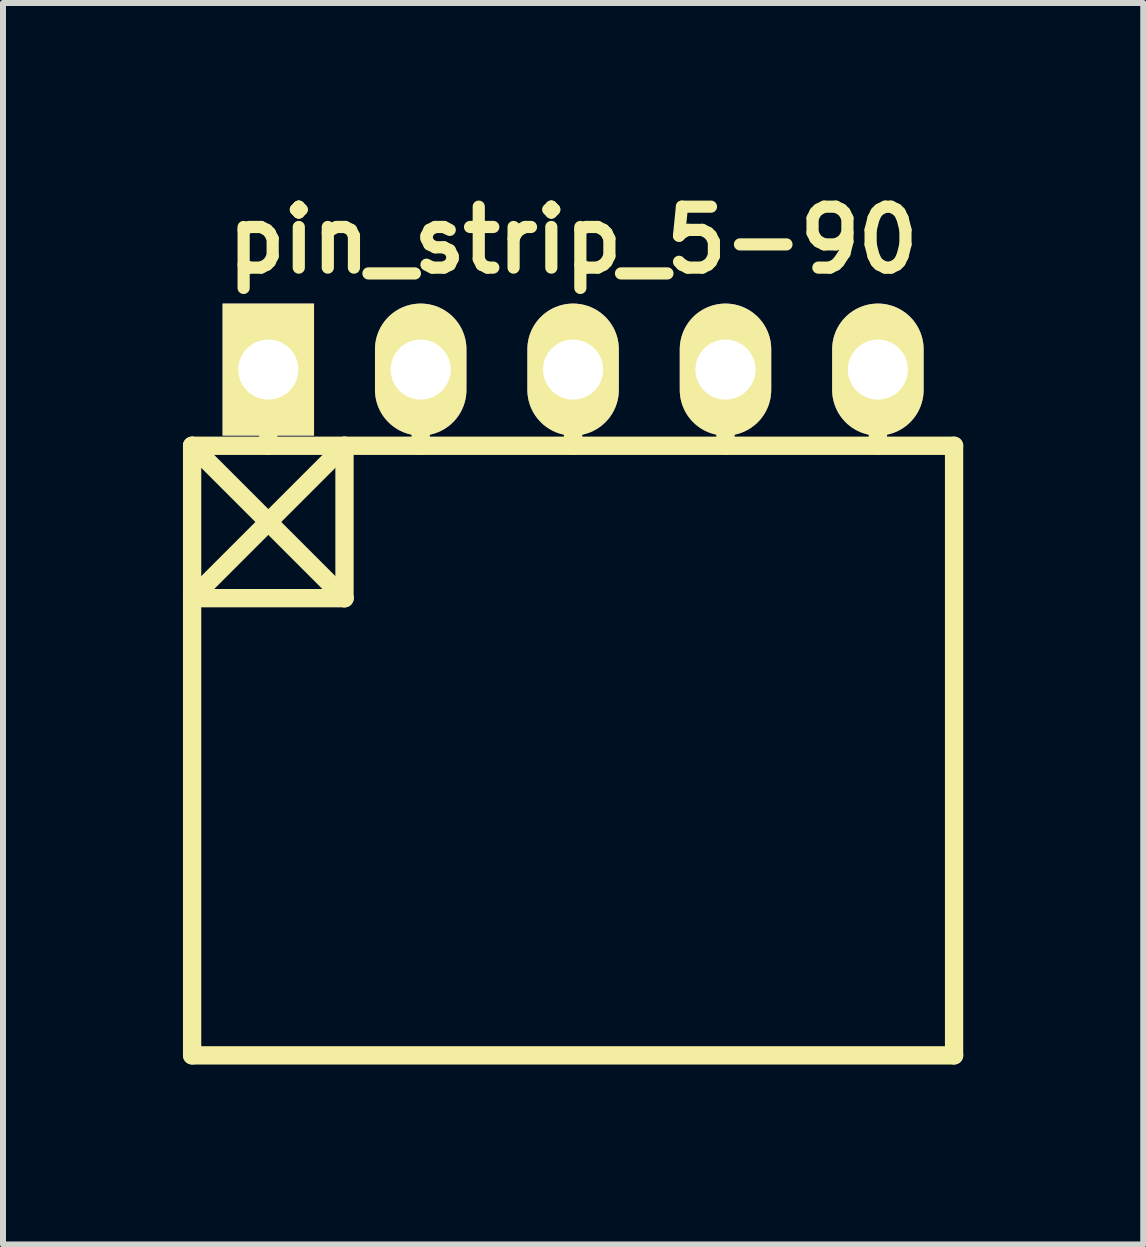
<source format=kicad_pcb>
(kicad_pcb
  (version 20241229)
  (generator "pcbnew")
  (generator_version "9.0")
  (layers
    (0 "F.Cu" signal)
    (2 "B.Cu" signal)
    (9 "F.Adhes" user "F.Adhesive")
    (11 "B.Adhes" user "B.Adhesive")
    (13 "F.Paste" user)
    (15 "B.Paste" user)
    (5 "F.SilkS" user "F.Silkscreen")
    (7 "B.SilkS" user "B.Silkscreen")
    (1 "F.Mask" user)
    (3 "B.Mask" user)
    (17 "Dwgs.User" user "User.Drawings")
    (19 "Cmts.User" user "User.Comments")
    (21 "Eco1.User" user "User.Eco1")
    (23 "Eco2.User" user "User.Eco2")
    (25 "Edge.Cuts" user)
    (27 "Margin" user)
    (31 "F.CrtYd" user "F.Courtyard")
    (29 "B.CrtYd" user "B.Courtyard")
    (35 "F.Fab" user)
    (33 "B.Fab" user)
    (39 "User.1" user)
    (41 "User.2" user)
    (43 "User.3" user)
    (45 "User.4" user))
  (footprint "pin_strip_5-90"
    (layer "F.Cu")
    (at 6.502 3.11)
    (property "Reference" "pin_strip_5-90" (at 0 -2.159 0) (layer "F.SilkS") (effects (font (size 1.016 1.016) (thickness 0.203))))
    (attr through_hole)
    (fp_line (start -6.35 1.27) (end -3.81 3.81) (stroke (width 0.305) (type solid)) (layer "F.SilkS"))
    (fp_line (start -6.35 1.27) (end 6.35 1.27) (stroke (width 0.305) (type solid)) (layer "F.SilkS"))
    (fp_line (start -6.35 3.81) (end -3.81 3.81) (stroke (width 0.305) (type solid)) (layer "F.SilkS"))
    (fp_line (start -6.35 11.43) (end -6.35 1.27) (stroke (width 0.305) (type solid)) (layer "F.SilkS"))
    (fp_line (start -5.08 0) (end -5.08 1.27) (stroke (width 0.305) (type solid)) (layer "F.SilkS"))
    (fp_line (start -3.81 1.27) (end -6.35 3.81) (stroke (width 0.305) (type solid)) (layer "F.SilkS"))
    (fp_line (start -3.81 1.27) (end -3.81 3.81) (stroke (width 0.305) (type solid)) (layer "F.SilkS"))
    (fp_line (start -2.54 0) (end -2.54 1.27) (stroke (width 0.305) (type solid)) (layer "F.SilkS"))
    (fp_line (start 0 1.27) (end 0 0) (stroke (width 0.305) (type solid)) (layer "F.SilkS"))
    (fp_line (start 2.54 0) (end 2.54 1.27) (stroke (width 0.305) (type solid)) (layer "F.SilkS"))
    (fp_line (start 5.08 0) (end 5.08 1.27) (stroke (width 0.305) (type solid)) (layer "F.SilkS"))
    (fp_line (start 6.35 1.27) (end 6.35 11.43) (stroke (width 0.305) (type solid)) (layer "F.SilkS"))
    (fp_line (start 6.35 11.43) (end -6.35 11.43) (stroke (width 0.305) (type solid)) (layer "F.SilkS"))
    (pad "1" thru_hole rect (at -5.08 0) (size 1.524 2.2) (drill 1.001) (layers "*.Cu" "*.Mask" "F.SilkS"))
    (pad "2" thru_hole oval (at -2.54 0) (size 1.524 2.2) (drill 1.001) (layers "*.Cu" "*.Mask" "F.SilkS"))
    (pad "3" thru_hole oval (at 0 0) (size 1.524 2.2) (drill 1.001) (layers "*.Cu" "*.Mask" "F.SilkS"))
    (pad "4" thru_hole oval (at 2.54 0) (size 1.524 2.2) (drill 1.001) (layers "*.Cu" "*.Mask" "F.SilkS"))
    (pad "5" thru_hole oval (at 5.08 0) (size 1.524 2.2) (drill 1.001) (layers "*.Cu" "*.Mask" "F.SilkS")))
  (gr_rect
    (start -3 -3)
    (end 16.005 17.692)
    (stroke (width 0.1) (type default))
    (fill no)
    (layer "Edge.Cuts")))
</source>
